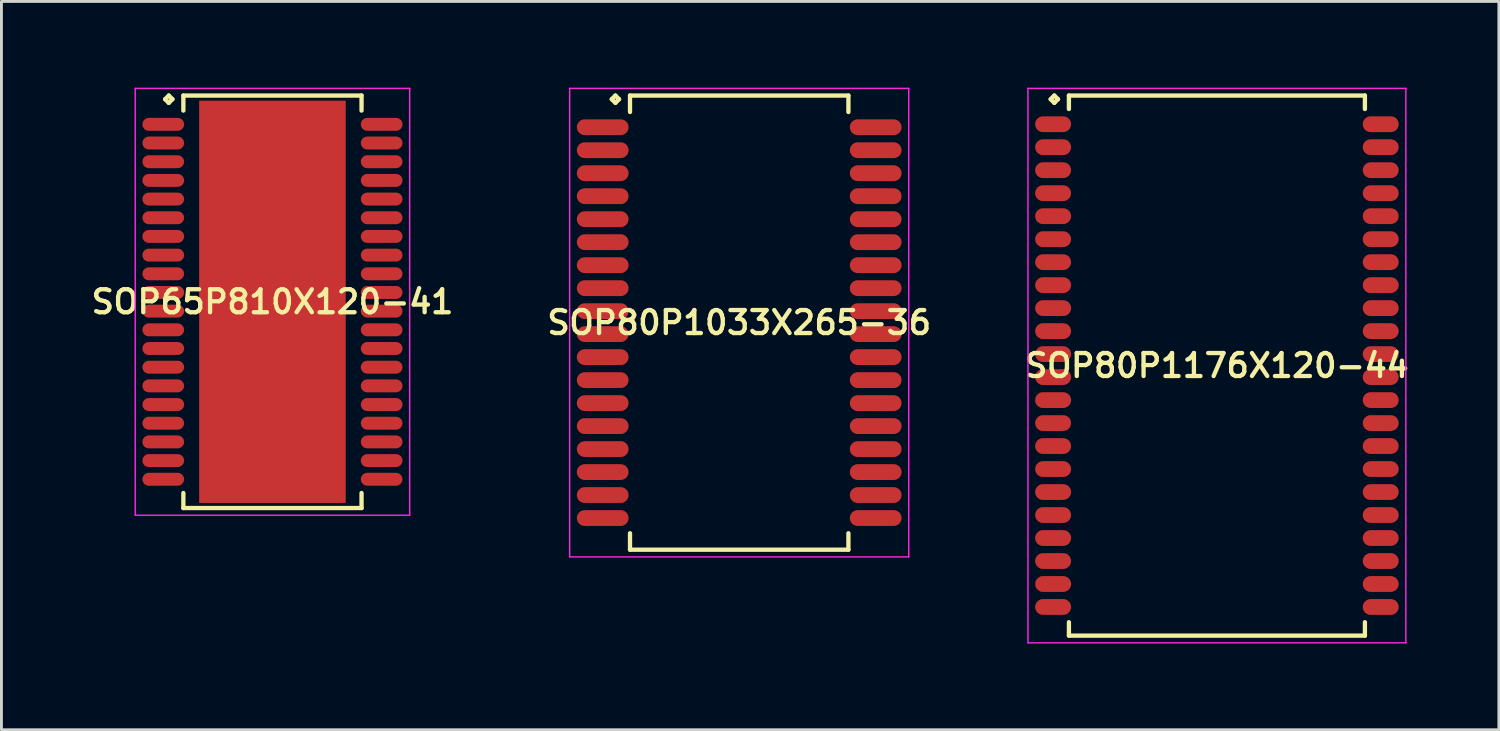
<source format=kicad_pcb>
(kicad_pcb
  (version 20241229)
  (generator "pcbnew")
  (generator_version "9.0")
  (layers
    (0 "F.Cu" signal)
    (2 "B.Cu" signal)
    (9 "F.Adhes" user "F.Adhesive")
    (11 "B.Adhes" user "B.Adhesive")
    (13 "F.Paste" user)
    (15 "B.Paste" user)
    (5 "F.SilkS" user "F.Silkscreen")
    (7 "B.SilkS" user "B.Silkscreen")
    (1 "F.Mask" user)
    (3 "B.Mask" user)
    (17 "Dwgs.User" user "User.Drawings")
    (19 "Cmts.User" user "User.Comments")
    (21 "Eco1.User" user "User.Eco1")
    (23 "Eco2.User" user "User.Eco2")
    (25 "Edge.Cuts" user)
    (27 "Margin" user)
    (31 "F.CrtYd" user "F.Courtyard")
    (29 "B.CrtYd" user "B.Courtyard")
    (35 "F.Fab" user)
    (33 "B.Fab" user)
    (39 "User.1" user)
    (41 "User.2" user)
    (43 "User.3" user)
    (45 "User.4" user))
  (footprint "SOP80P1033X265-36"
    (layer "F.Cu")
    (at 22.673 8.177)
    (property "Reference" "SOP80P1033X265-36" (at 0 0 0) (layer "F.SilkS") (effects (font (size 0.8 0.8) (thickness 0.15))))
    (attr smd)
    (fp_line (start -4.435 -7.775) (end -4.308 -7.902) (stroke (width 0.15) (type solid)) (layer "F.SilkS"))
    (fp_line (start -4.308 -7.902) (end -4.181 -7.775) (stroke (width 0.15) (type solid)) (layer "F.SilkS"))
    (fp_line (start -4.308 -7.648) (end -4.435 -7.775) (stroke (width 0.15) (type solid)) (layer "F.SilkS"))
    (fp_line (start -4.181 -7.775) (end -4.308 -7.648) (stroke (width 0.15) (type solid)) (layer "F.SilkS"))
    (fp_line (start -3.8 -7.902) (end 3.8 -7.902) (stroke (width 0.15) (type solid)) (layer "F.SilkS"))
    (fp_line (start -3.8 -7.329) (end -3.8 -7.902) (stroke (width 0.15) (type solid)) (layer "F.SilkS"))
    (fp_line (start -3.8 7.329) (end -3.8 7.902) (stroke (width 0.15) (type solid)) (layer "F.SilkS"))
    (fp_line (start -3.8 7.902) (end 3.8 7.902) (stroke (width 0.15) (type solid)) (layer "F.SilkS"))
    (fp_line (start 3.8 -7.902) (end 3.8 -7.329) (stroke (width 0.15) (type solid)) (layer "F.SilkS"))
    (fp_line (start 3.8 7.902) (end 3.8 7.329) (stroke (width 0.15) (type solid)) (layer "F.SilkS"))
    (fp_line (start -5.9 -8.152) (end 5.9 -8.152) (stroke (width 0.05) (type solid)) (layer "F.CrtYd"))
    (fp_line (start -5.9 8.152) (end -5.9 -8.152) (stroke (width 0.05) (type solid)) (layer "F.CrtYd"))
    (fp_line (start 5.9 -8.152) (end 5.9 8.152) (stroke (width 0.05) (type solid)) (layer "F.CrtYd"))
    (fp_line (start 5.9 8.152) (end -5.9 8.152) (stroke (width 0.05) (type solid)) (layer "F.CrtYd"))
    (pad "1" smd oval (at -4.75 -6.8) (size 1.8 0.55) (layers "F.Cu" "F.Mask" "F.Paste"))
    (pad "2" smd oval (at -4.75 -6) (size 1.8 0.55) (layers "F.Cu" "F.Mask" "F.Paste"))
    (pad "3" smd oval (at -4.75 -5.2) (size 1.8 0.55) (layers "F.Cu" "F.Mask" "F.Paste"))
    (pad "4" smd oval (at -4.75 -4.4) (size 1.8 0.55) (layers "F.Cu" "F.Mask" "F.Paste"))
    (pad "5" smd oval (at -4.75 -3.6) (size 1.8 0.55) (layers "F.Cu" "F.Mask" "F.Paste"))
    (pad "6" smd oval (at -4.75 -2.8) (size 1.8 0.55) (layers "F.Cu" "F.Mask" "F.Paste"))
    (pad "7" smd oval (at -4.75 -2) (size 1.8 0.55) (layers "F.Cu" "F.Mask" "F.Paste"))
    (pad "8" smd oval (at -4.75 -1.2) (size 1.8 0.55) (layers "F.Cu" "F.Mask" "F.Paste"))
    (pad "9" smd oval (at -4.75 -0.4) (size 1.8 0.55) (layers "F.Cu" "F.Mask" "F.Paste"))
    (pad "10" smd oval (at -4.75 0.4) (size 1.8 0.55) (layers "F.Cu" "F.Mask" "F.Paste"))
    (pad "11" smd oval (at -4.75 1.2) (size 1.8 0.55) (layers "F.Cu" "F.Mask" "F.Paste"))
    (pad "12" smd oval (at -4.75 2) (size 1.8 0.55) (layers "F.Cu" "F.Mask" "F.Paste"))
    (pad "13" smd oval (at -4.75 2.8) (size 1.8 0.55) (layers "F.Cu" "F.Mask" "F.Paste"))
    (pad "14" smd oval (at -4.75 3.6) (size 1.8 0.55) (layers "F.Cu" "F.Mask" "F.Paste"))
    (pad "15" smd oval (at -4.75 4.4) (size 1.8 0.55) (layers "F.Cu" "F.Mask" "F.Paste"))
    (pad "16" smd oval (at -4.75 5.2) (size 1.8 0.55) (layers "F.Cu" "F.Mask" "F.Paste"))
    (pad "17" smd oval (at -4.75 6) (size 1.8 0.55) (layers "F.Cu" "F.Mask" "F.Paste"))
    (pad "18" smd oval (at -4.75 6.8) (size 1.8 0.55) (layers "F.Cu" "F.Mask" "F.Paste"))
    (pad "19" smd oval (at 4.75 6.8) (size 1.8 0.55) (layers "F.Cu" "F.Mask" "F.Paste"))
    (pad "20" smd oval (at 4.75 6) (size 1.8 0.55) (layers "F.Cu" "F.Mask" "F.Paste"))
    (pad "21" smd oval (at 4.75 5.2) (size 1.8 0.55) (layers "F.Cu" "F.Mask" "F.Paste"))
    (pad "22" smd oval (at 4.75 4.4) (size 1.8 0.55) (layers "F.Cu" "F.Mask" "F.Paste"))
    (pad "23" smd oval (at 4.75 3.6) (size 1.8 0.55) (layers "F.Cu" "F.Mask" "F.Paste"))
    (pad "24" smd oval (at 4.75 2.8) (size 1.8 0.55) (layers "F.Cu" "F.Mask" "F.Paste"))
    (pad "25" smd oval (at 4.75 2) (size 1.8 0.55) (layers "F.Cu" "F.Mask" "F.Paste"))
    (pad "26" smd oval (at 4.75 1.2) (size 1.8 0.55) (layers "F.Cu" "F.Mask" "F.Paste"))
    (pad "27" smd oval (at 4.75 0.4) (size 1.8 0.55) (layers "F.Cu" "F.Mask" "F.Paste"))
    (pad "28" smd oval (at 4.75 -0.4) (size 1.8 0.55) (layers "F.Cu" "F.Mask" "F.Paste"))
    (pad "29" smd oval (at 4.75 -1.2) (size 1.8 0.55) (layers "F.Cu" "F.Mask" "F.Paste"))
    (pad "30" smd oval (at 4.75 -2) (size 1.8 0.55) (layers "F.Cu" "F.Mask" "F.Paste"))
    (pad "31" smd oval (at 4.75 -2.8) (size 1.8 0.55) (layers "F.Cu" "F.Mask" "F.Paste"))
    (pad "32" smd oval (at 4.75 -3.6) (size 1.8 0.55) (layers "F.Cu" "F.Mask" "F.Paste"))
    (pad "33" smd oval (at 4.75 -4.4) (size 1.8 0.55) (layers "F.Cu" "F.Mask" "F.Paste"))
    (pad "34" smd oval (at 4.75 -5.2) (size 1.8 0.55) (layers "F.Cu" "F.Mask" "F.Paste"))
    (pad "35" smd oval (at 4.75 -6) (size 1.8 0.55) (layers "F.Cu" "F.Mask" "F.Paste"))
    (pad "36" smd oval (at 4.75 -6.8) (size 1.8 0.55) (layers "F.Cu" "F.Mask" "F.Paste")))
  (footprint "SOP65P810X120-41"
    (layer "F.Cu")
    (at 6.431 7.452)
    (property "Reference" "SOP65P810X120-41" (at 0 0 0) (layer "F.SilkS") (effects (font (size 0.8 0.8) (thickness 0.15))))
    (attr smd)
    (fp_line (start -3.735 -7.05) (end -3.608 -7.177) (stroke (width 0.15) (type solid)) (layer "F.SilkS"))
    (fp_line (start -3.608 -7.177) (end -3.481 -7.05) (stroke (width 0.15) (type solid)) (layer "F.SilkS"))
    (fp_line (start -3.608 -6.923) (end -3.735 -7.05) (stroke (width 0.15) (type solid)) (layer "F.SilkS"))
    (fp_line (start -3.481 -7.05) (end -3.608 -6.923) (stroke (width 0.15) (type solid)) (layer "F.SilkS"))
    (fp_line (start -3.1 -7.177) (end 3.1 -7.177) (stroke (width 0.15) (type solid)) (layer "F.SilkS"))
    (fp_line (start -3.1 -6.654) (end -3.1 -7.177) (stroke (width 0.15) (type solid)) (layer "F.SilkS"))
    (fp_line (start -3.1 6.654) (end -3.1 7.177) (stroke (width 0.15) (type solid)) (layer "F.SilkS"))
    (fp_line (start -3.1 7.177) (end 3.1 7.177) (stroke (width 0.15) (type solid)) (layer "F.SilkS"))
    (fp_line (start 3.1 -7.177) (end 3.1 -6.654) (stroke (width 0.15) (type solid)) (layer "F.SilkS"))
    (fp_line (start 3.1 7.177) (end 3.1 6.654) (stroke (width 0.15) (type solid)) (layer "F.SilkS"))
    (fp_line (start -4.775 -7.427) (end 4.775 -7.427) (stroke (width 0.05) (type solid)) (layer "F.CrtYd"))
    (fp_line (start -4.775 7.427) (end -4.775 -7.427) (stroke (width 0.05) (type solid)) (layer "F.CrtYd"))
    (fp_line (start 4.775 -7.427) (end 4.775 7.427) (stroke (width 0.05) (type solid)) (layer "F.CrtYd"))
    (fp_line (start 4.775 7.427) (end -4.775 7.427) (stroke (width 0.05) (type solid)) (layer "F.CrtYd"))
    (pad "1" smd oval (at -3.8 -6.175) (size 1.45 0.45) (layers "F.Cu" "F.Mask" "F.Paste"))
    (pad "2" smd oval (at -3.8 -5.525) (size 1.45 0.45) (layers "F.Cu" "F.Mask" "F.Paste"))
    (pad "3" smd oval (at -3.8 -4.875) (size 1.45 0.45) (layers "F.Cu" "F.Mask" "F.Paste"))
    (pad "4" smd oval (at -3.8 -4.225) (size 1.45 0.45) (layers "F.Cu" "F.Mask" "F.Paste"))
    (pad "5" smd oval (at -3.8 -3.575) (size 1.45 0.45) (layers "F.Cu" "F.Mask" "F.Paste"))
    (pad "6" smd oval (at -3.8 -2.925) (size 1.45 0.45) (layers "F.Cu" "F.Mask" "F.Paste"))
    (pad "7" smd oval (at -3.8 -2.275) (size 1.45 0.45) (layers "F.Cu" "F.Mask" "F.Paste"))
    (pad "8" smd oval (at -3.8 -1.625) (size 1.45 0.45) (layers "F.Cu" "F.Mask" "F.Paste"))
    (pad "9" smd oval (at -3.8 -0.975) (size 1.45 0.45) (layers "F.Cu" "F.Mask" "F.Paste"))
    (pad "10" smd oval (at -3.8 -0.325) (size 1.45 0.45) (layers "F.Cu" "F.Mask" "F.Paste"))
    (pad "11" smd oval (at -3.8 0.325) (size 1.45 0.45) (layers "F.Cu" "F.Mask" "F.Paste"))
    (pad "12" smd oval (at -3.8 0.975) (size 1.45 0.45) (layers "F.Cu" "F.Mask" "F.Paste"))
    (pad "13" smd oval (at -3.8 1.625) (size 1.45 0.45) (layers "F.Cu" "F.Mask" "F.Paste"))
    (pad "14" smd oval (at -3.8 2.275) (size 1.45 0.45) (layers "F.Cu" "F.Mask" "F.Paste"))
    (pad "15" smd oval (at -3.8 2.925) (size 1.45 0.45) (layers "F.Cu" "F.Mask" "F.Paste"))
    (pad "16" smd oval (at -3.8 3.575) (size 1.45 0.45) (layers "F.Cu" "F.Mask" "F.Paste"))
    (pad "17" smd oval (at -3.8 4.225) (size 1.45 0.45) (layers "F.Cu" "F.Mask" "F.Paste"))
    (pad "18" smd oval (at -3.8 4.875) (size 1.45 0.45) (layers "F.Cu" "F.Mask" "F.Paste"))
    (pad "19" smd oval (at -3.8 5.525) (size 1.45 0.45) (layers "F.Cu" "F.Mask" "F.Paste"))
    (pad "20" smd oval (at -3.8 6.175) (size 1.45 0.45) (layers "F.Cu" "F.Mask" "F.Paste"))
    (pad "21" smd oval (at 3.8 6.175) (size 1.45 0.45) (layers "F.Cu" "F.Mask" "F.Paste"))
    (pad "22" smd oval (at 3.8 5.525) (size 1.45 0.45) (layers "F.Cu" "F.Mask" "F.Paste"))
    (pad "23" smd oval (at 3.8 4.875) (size 1.45 0.45) (layers "F.Cu" "F.Mask" "F.Paste"))
    (pad "24" smd oval (at 3.8 4.225) (size 1.45 0.45) (layers "F.Cu" "F.Mask" "F.Paste"))
    (pad "25" smd oval (at 3.8 3.575) (size 1.45 0.45) (layers "F.Cu" "F.Mask" "F.Paste"))
    (pad "26" smd oval (at 3.8 2.925) (size 1.45 0.45) (layers "F.Cu" "F.Mask" "F.Paste"))
    (pad "27" smd oval (at 3.8 2.275) (size 1.45 0.45) (layers "F.Cu" "F.Mask" "F.Paste"))
    (pad "28" smd oval (at 3.8 1.625) (size 1.45 0.45) (layers "F.Cu" "F.Mask" "F.Paste"))
    (pad "29" smd oval (at 3.8 0.975) (size 1.45 0.45) (layers "F.Cu" "F.Mask" "F.Paste"))
    (pad "30" smd oval (at 3.8 0.325) (size 1.45 0.45) (layers "F.Cu" "F.Mask" "F.Paste"))
    (pad "31" smd oval (at 3.8 -0.325) (size 1.45 0.45) (layers "F.Cu" "F.Mask" "F.Paste"))
    (pad "32" smd oval (at 3.8 -0.975) (size 1.45 0.45) (layers "F.Cu" "F.Mask" "F.Paste"))
    (pad "33" smd oval (at 3.8 -1.625) (size 1.45 0.45) (layers "F.Cu" "F.Mask" "F.Paste"))
    (pad "34" smd oval (at 3.8 -2.275) (size 1.45 0.45) (layers "F.Cu" "F.Mask" "F.Paste"))
    (pad "35" smd oval (at 3.8 -2.925) (size 1.45 0.45) (layers "F.Cu" "F.Mask" "F.Paste"))
    (pad "36" smd oval (at 3.8 -3.575) (size 1.45 0.45) (layers "F.Cu" "F.Mask" "F.Paste"))
    (pad "37" smd oval (at 3.8 -4.225) (size 1.45 0.45) (layers "F.Cu" "F.Mask" "F.Paste"))
    (pad "38" smd oval (at 3.8 -4.875) (size 1.45 0.45) (layers "F.Cu" "F.Mask" "F.Paste"))
    (pad "39" smd oval (at 3.8 -5.525) (size 1.45 0.45) (layers "F.Cu" "F.Mask" "F.Paste"))
    (pad "40" smd oval (at 3.8 -6.175) (size 1.45 0.45) (layers "F.Cu" "F.Mask" "F.Paste"))
    (pad "41" smd rect (at 0 0) (size 5.1 14) (layers "F.Cu" "F.Mask" "F.Paste")))
  (footprint "SOP80P1176X120-44"
    (layer "F.Cu")
    (at 39.296 9.672)
    (property "Reference" "SOP80P1176X120-44" (at 0 0 0) (layer "F.SilkS") (effects (font (size 0.8 0.8) (thickness 0.15))))
    (attr smd)
    (fp_line (start -5.785 -9.27) (end -5.658 -9.397) (stroke (width 0.15) (type solid)) (layer "F.SilkS"))
    (fp_line (start -5.658 -9.397) (end -5.531 -9.27) (stroke (width 0.15) (type solid)) (layer "F.SilkS"))
    (fp_line (start -5.658 -9.143) (end -5.785 -9.27) (stroke (width 0.15) (type solid)) (layer "F.SilkS"))
    (fp_line (start -5.531 -9.27) (end -5.658 -9.143) (stroke (width 0.15) (type solid)) (layer "F.SilkS"))
    (fp_line (start -5.15 -9.397) (end 5.15 -9.397) (stroke (width 0.15) (type solid)) (layer "F.SilkS"))
    (fp_line (start -5.15 -8.929) (end -5.15 -9.397) (stroke (width 0.15) (type solid)) (layer "F.SilkS"))
    (fp_line (start -5.15 8.929) (end -5.15 9.397) (stroke (width 0.15) (type solid)) (layer "F.SilkS"))
    (fp_line (start -5.15 9.397) (end 5.15 9.397) (stroke (width 0.15) (type solid)) (layer "F.SilkS"))
    (fp_line (start 5.15 -9.397) (end 5.15 -8.929) (stroke (width 0.15) (type solid)) (layer "F.SilkS"))
    (fp_line (start 5.15 9.397) (end 5.15 8.929) (stroke (width 0.15) (type solid)) (layer "F.SilkS"))
    (fp_line (start -6.575 -9.647) (end 6.575 -9.647) (stroke (width 0.05) (type solid)) (layer "F.CrtYd"))
    (fp_line (start -6.575 9.647) (end -6.575 -9.647) (stroke (width 0.05) (type solid)) (layer "F.CrtYd"))
    (fp_line (start 6.575 -9.647) (end 6.575 9.647) (stroke (width 0.05) (type solid)) (layer "F.CrtYd"))
    (fp_line (start 6.575 9.647) (end -6.575 9.647) (stroke (width 0.05) (type solid)) (layer "F.CrtYd"))
    (pad "1" smd oval (at -5.7 -8.4) (size 1.25 0.55) (layers "F.Cu" "F.Mask" "F.Paste"))
    (pad "2" smd oval (at -5.7 -7.6) (size 1.25 0.55) (layers "F.Cu" "F.Mask" "F.Paste"))
    (pad "3" smd oval (at -5.7 -6.8) (size 1.25 0.55) (layers "F.Cu" "F.Mask" "F.Paste"))
    (pad "4" smd oval (at -5.7 -6) (size 1.25 0.55) (layers "F.Cu" "F.Mask" "F.Paste"))
    (pad "5" smd oval (at -5.7 -5.2) (size 1.25 0.55) (layers "F.Cu" "F.Mask" "F.Paste"))
    (pad "6" smd oval (at -5.7 -4.4) (size 1.25 0.55) (layers "F.Cu" "F.Mask" "F.Paste"))
    (pad "7" smd oval (at -5.7 -3.6) (size 1.25 0.55) (layers "F.Cu" "F.Mask" "F.Paste"))
    (pad "8" smd oval (at -5.7 -2.8) (size 1.25 0.55) (layers "F.Cu" "F.Mask" "F.Paste"))
    (pad "9" smd oval (at -5.7 -2) (size 1.25 0.55) (layers "F.Cu" "F.Mask" "F.Paste"))
    (pad "10" smd oval (at -5.7 -1.2) (size 1.25 0.55) (layers "F.Cu" "F.Mask" "F.Paste"))
    (pad "11" smd oval (at -5.7 -0.4) (size 1.25 0.55) (layers "F.Cu" "F.Mask" "F.Paste"))
    (pad "12" smd oval (at -5.7 0.4) (size 1.25 0.55) (layers "F.Cu" "F.Mask" "F.Paste"))
    (pad "13" smd oval (at -5.7 1.2) (size 1.25 0.55) (layers "F.Cu" "F.Mask" "F.Paste"))
    (pad "14" smd oval (at -5.7 2) (size 1.25 0.55) (layers "F.Cu" "F.Mask" "F.Paste"))
    (pad "15" smd oval (at -5.7 2.8) (size 1.25 0.55) (layers "F.Cu" "F.Mask" "F.Paste"))
    (pad "16" smd oval (at -5.7 3.6) (size 1.25 0.55) (layers "F.Cu" "F.Mask" "F.Paste"))
    (pad "17" smd oval (at -5.7 4.4) (size 1.25 0.55) (layers "F.Cu" "F.Mask" "F.Paste"))
    (pad "18" smd oval (at -5.7 5.2) (size 1.25 0.55) (layers "F.Cu" "F.Mask" "F.Paste"))
    (pad "19" smd oval (at -5.7 6) (size 1.25 0.55) (layers "F.Cu" "F.Mask" "F.Paste"))
    (pad "20" smd oval (at -5.7 6.8) (size 1.25 0.55) (layers "F.Cu" "F.Mask" "F.Paste"))
    (pad "21" smd oval (at -5.7 7.6) (size 1.25 0.55) (layers "F.Cu" "F.Mask" "F.Paste"))
    (pad "22" smd oval (at -5.7 8.4) (size 1.25 0.55) (layers "F.Cu" "F.Mask" "F.Paste"))
    (pad "23" smd oval (at 5.7 8.4) (size 1.25 0.55) (layers "F.Cu" "F.Mask" "F.Paste"))
    (pad "24" smd oval (at 5.7 7.6) (size 1.25 0.55) (layers "F.Cu" "F.Mask" "F.Paste"))
    (pad "25" smd oval (at 5.7 6.8) (size 1.25 0.55) (layers "F.Cu" "F.Mask" "F.Paste"))
    (pad "26" smd oval (at 5.7 6) (size 1.25 0.55) (layers "F.Cu" "F.Mask" "F.Paste"))
    (pad "27" smd oval (at 5.7 5.2) (size 1.25 0.55) (layers "F.Cu" "F.Mask" "F.Paste"))
    (pad "28" smd oval (at 5.7 4.4) (size 1.25 0.55) (layers "F.Cu" "F.Mask" "F.Paste"))
    (pad "29" smd oval (at 5.7 3.6) (size 1.25 0.55) (layers "F.Cu" "F.Mask" "F.Paste"))
    (pad "30" smd oval (at 5.7 2.8) (size 1.25 0.55) (layers "F.Cu" "F.Mask" "F.Paste"))
    (pad "31" smd oval (at 5.7 2) (size 1.25 0.55) (layers "F.Cu" "F.Mask" "F.Paste"))
    (pad "32" smd oval (at 5.7 1.2) (size 1.25 0.55) (layers "F.Cu" "F.Mask" "F.Paste"))
    (pad "33" smd oval (at 5.7 0.4) (size 1.25 0.55) (layers "F.Cu" "F.Mask" "F.Paste"))
    (pad "34" smd oval (at 5.7 -0.4) (size 1.25 0.55) (layers "F.Cu" "F.Mask" "F.Paste"))
    (pad "35" smd oval (at 5.7 -1.2) (size 1.25 0.55) (layers "F.Cu" "F.Mask" "F.Paste"))
    (pad "36" smd oval (at 5.7 -2) (size 1.25 0.55) (layers "F.Cu" "F.Mask" "F.Paste"))
    (pad "37" smd oval (at 5.7 -2.8) (size 1.25 0.55) (layers "F.Cu" "F.Mask" "F.Paste"))
    (pad "38" smd oval (at 5.7 -3.6) (size 1.25 0.55) (layers "F.Cu" "F.Mask" "F.Paste"))
    (pad "39" smd oval (at 5.7 -4.4) (size 1.25 0.55) (layers "F.Cu" "F.Mask" "F.Paste"))
    (pad "40" smd oval (at 5.7 -5.2) (size 1.25 0.55) (layers "F.Cu" "F.Mask" "F.Paste"))
    (pad "41" smd oval (at 5.7 -6) (size 1.25 0.55) (layers "F.Cu" "F.Mask" "F.Paste"))
    (pad "42" smd oval (at 5.7 -6.8) (size 1.25 0.55) (layers "F.Cu" "F.Mask" "F.Paste"))
    (pad "43" smd oval (at 5.7 -7.6) (size 1.25 0.55) (layers "F.Cu" "F.Mask" "F.Paste"))
    (pad "44" smd oval (at 5.7 -8.4) (size 1.25 0.55) (layers "F.Cu" "F.Mask" "F.Paste")))
  (gr_rect
    (start -3 -3)
    (end 49.108 22.344)
    (stroke (width 0.1) (type default))
    (fill no)
    (layer "Edge.Cuts")))
</source>
